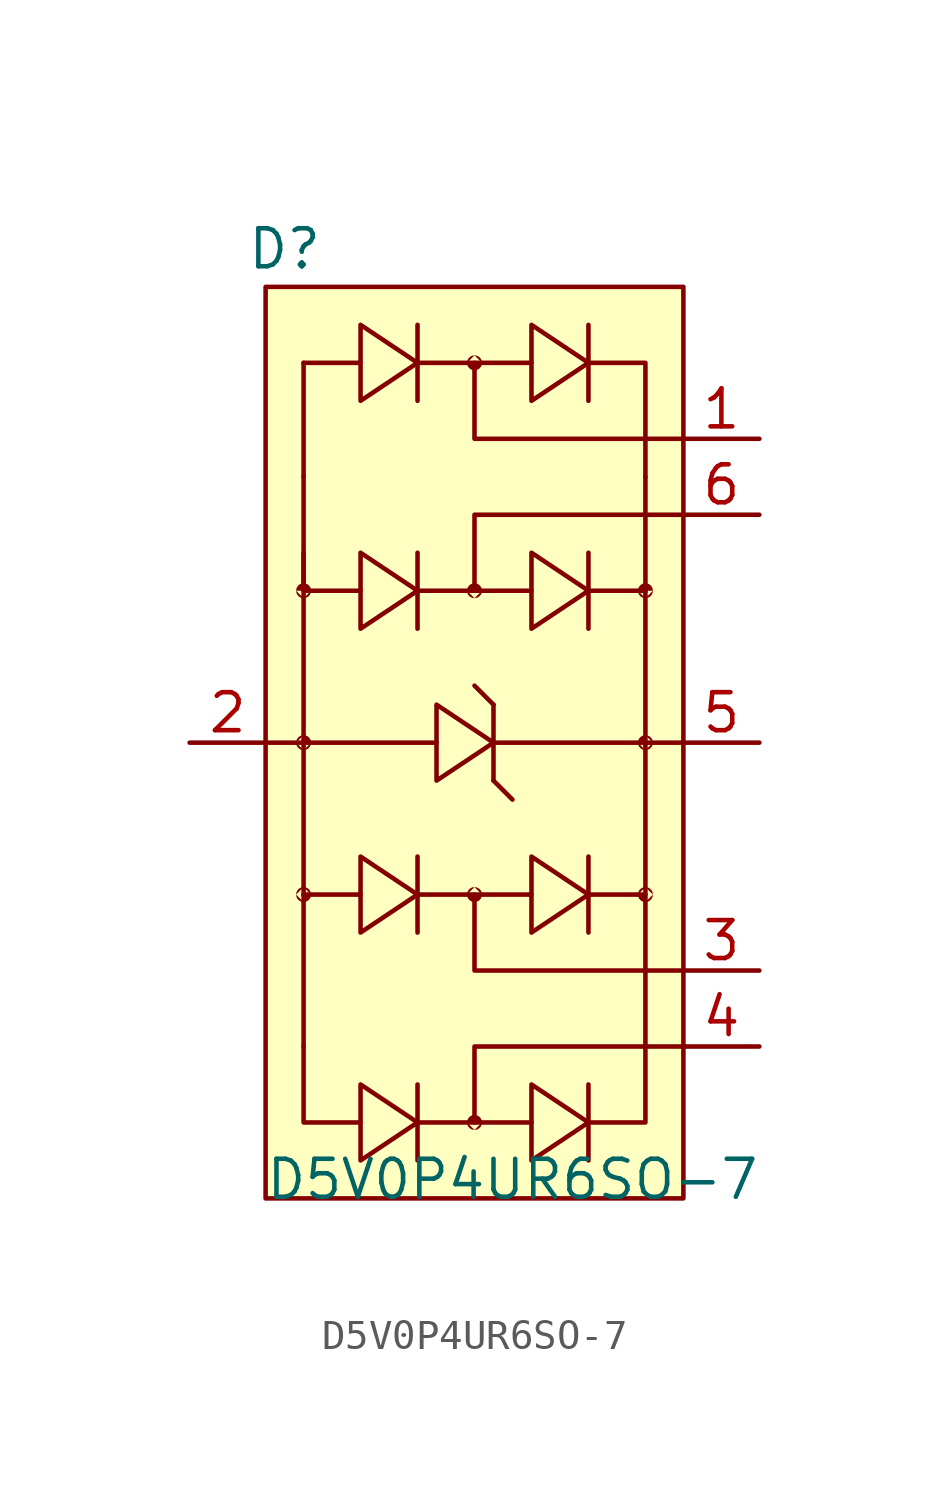
<source format=kicad_sym>
(kicad_symbol_lib
  (version 20220914)
  (generator kicad_symbol_editor)
  (symbol "D5V0P4UR6SO-7"
    (pin_names hide)
    (property "Reference" "D"
      (at 0.635 1.27 0)
      (effects (font (size 1.27 1.27))))
    (property "Value" "D5V0P4UR6SO-7"
      (at 8.255 -29.845 0)
      (effects (font (size 1.27 1.27))))
    (symbol "D5V0P4UR6SO-7_0_1"
      (polyline (pts (xy 1.27 -20.32) (xy 1.27 -25.4)) (stroke (width 0) (type default)) (fill (type none)))
      (polyline (pts (xy 1.27 -8.89) (xy 1.27 -20.32)) (stroke (width 0) (type default)) (fill (type none)))
      (polyline (pts (xy 1.27 -2.54) (xy 1.27 -6.35)) (stroke (width 0) (type default)) (fill (type none)))
      (polyline (pts (xy 3.175 -20.32) (xy 1.27 -20.32)) (stroke (width 0) (type default)) (fill (type none)))
      (polyline (pts (xy 3.175 -2.54) (xy 1.27 -2.54)) (stroke (width 0) (type default)) (fill (type none)))
      (polyline (pts (xy 5.08 -27.94) (xy 8.89 -27.94)) (stroke (width 0) (type default)) (fill (type none)))
      (polyline (pts (xy 5.08 -26.67) (xy 5.08 -29.21)) (stroke (width 0) (type default)) (fill (type none)))
      (polyline (pts (xy 5.08 -20.32) (xy 8.89 -20.32)) (stroke (width 0) (type default)) (fill (type none)))
      (polyline (pts (xy 5.08 -19.05) (xy 5.08 -21.59)) (stroke (width 0) (type default)) (fill (type none)))
      (polyline (pts (xy 5.08 -10.16) (xy 8.89 -10.16)) (stroke (width 0) (type default)) (fill (type none)))
      (polyline (pts (xy 5.08 -8.89) (xy 5.08 -11.43)) (stroke (width 0) (type default)) (fill (type none)))
      (polyline (pts (xy 5.08 -2.54) (xy 8.89 -2.54)) (stroke (width 0) (type default)) (fill (type none)))
      (polyline (pts (xy 5.08 -1.27) (xy 5.08 -3.81)) (stroke (width 0) (type default)) (fill (type none)))
      (polyline (pts (xy 5.715 -15.24) (xy 0 -15.24)) (stroke (width 0) (type default)) (fill (type none)))
      (polyline (pts (xy 7.62 -16.51) (xy 8.255 -17.145)) (stroke (width 0) (type default)) (fill (type none)))
      (polyline (pts (xy 7.62 -15.24) (xy 13.97 -15.24)) (stroke (width 0) (type default)) (fill (type none)))
      (polyline (pts (xy 7.62 -13.97) (xy 6.985 -13.335)) (stroke (width 0) (type default)) (fill (type none)))
      (polyline (pts (xy 7.62 -13.97) (xy 7.62 -16.51)) (stroke (width 0) (type default)) (fill (type none)))
      (polyline (pts (xy 10.795 -26.67) (xy 10.795 -29.21)) (stroke (width 0) (type default)) (fill (type none)))
      (polyline (pts (xy 10.795 -20.32) (xy 12.7 -20.32)) (stroke (width 0) (type default)) (fill (type none)))
      (polyline (pts (xy 10.795 -19.05) (xy 10.795 -21.59)) (stroke (width 0) (type default)) (fill (type none)))
      (polyline (pts (xy 10.795 -10.16) (xy 12.7 -10.16)) (stroke (width 0) (type default)) (fill (type none)))
      (polyline (pts (xy 10.795 -8.89) (xy 10.795 -11.43)) (stroke (width 0) (type default)) (fill (type none)))
      (polyline (pts (xy 10.795 -1.27) (xy 10.795 -3.81)) (stroke (width 0) (type default)) (fill (type none)))
      (polyline (pts (xy 1.27 -25.4) (xy 1.27 -27.94) (xy 3.175 -27.94)) (stroke (width 0) (type default)) (fill (type none)))
      (polyline (pts (xy 1.27 -6.35) (xy 1.27 -10.16) (xy 3.175 -10.16)) (stroke (width 0) (type default)) (fill (type none)))
      (polyline (pts (xy 6.985 -20.32) (xy 6.985 -22.86) (xy 13.97 -22.86)) (stroke (width 0) (type default)) (fill (type none)))
      (polyline (pts (xy 6.985 -10.16) (xy 6.985 -7.62) (xy 13.97 -7.62)) (stroke (width 0) (type default)) (fill (type none)))
      (polyline (pts (xy 6.985 -2.54) (xy 6.985 -5.08) (xy 13.97 -5.08)) (stroke (width 0) (type default)) (fill (type none)))
      (polyline (pts (xy 12.7 -6.35) (xy 12.7 -27.94) (xy 10.878 -27.94)) (stroke (width 0) (type default)) (fill (type none)))
      (polyline (pts (xy 13.97 -25.4) (xy 6.985 -25.4) (xy 6.985 -27.94)) (stroke (width 0) (type default)) (fill (type none)))
      (polyline (pts (xy 3.175 -26.67) (xy 3.175 -29.21) (xy 5.08 -27.94) (xy 3.175 -26.67)) (stroke (width 0) (type default)) (fill (type none)))
      (polyline (pts (xy 3.175 -19.05) (xy 3.175 -21.59) (xy 5.08 -20.32) (xy 3.175 -19.05)) (stroke (width 0) (type default)) (fill (type none)))
      (polyline (pts (xy 3.175 -8.89) (xy 3.175 -11.43) (xy 5.08 -10.16) (xy 3.175 -8.89)) (stroke (width 0) (type default)) (fill (type none)))
      (polyline (pts (xy 3.175 -1.27) (xy 3.175 -3.81) (xy 5.08 -2.54) (xy 3.175 -1.27)) (stroke (width 0) (type default)) (fill (type none)))
      (polyline (pts (xy 5.715 -13.97) (xy 5.715 -16.51) (xy 7.62 -15.24) (xy 5.715 -13.97)) (stroke (width 0) (type default)) (fill (type none)))
      (polyline (pts (xy 8.89 -26.67) (xy 8.89 -29.21) (xy 10.795 -27.94) (xy 8.89 -26.67)) (stroke (width 0) (type default)) (fill (type none)))
      (polyline (pts (xy 8.89 -19.05) (xy 8.89 -21.59) (xy 10.795 -20.32) (xy 8.89 -19.05)) (stroke (width 0) (type default)) (fill (type none)))
      (polyline (pts (xy 8.89 -8.89) (xy 8.89 -11.43) (xy 10.795 -10.16) (xy 8.89 -8.89)) (stroke (width 0) (type default)) (fill (type none)))
      (polyline (pts (xy 8.89 -1.27) (xy 8.89 -3.81) (xy 10.795 -2.54) (xy 8.89 -1.27)) (stroke (width 0) (type default)) (fill (type none)))
      (polyline (pts (xy 10.795 -2.54) (xy 12.7 -2.54) (xy 12.7 -6.35) (xy 12.7 -5.08)) (stroke (width 0) (type default)) (fill (type none))))
    (symbol "D5V0P4UR6SO-7_1_1"
      (rectangle (start 0 0) (end 13.97 -30.48) (stroke (width 0) (type default)) (fill (type background)))
      (circle (center 1.27 -20.32) (radius 0.0001) (stroke (width 0.5) (type solid)) (fill (type outline)))
      (circle (center 1.27 -15.24) (radius 0.0001) (stroke (width 0.5) (type solid)) (fill (type outline)))
      (circle (center 1.27 -10.16) (radius 0.0001) (stroke (width 0.5) (type solid)) (fill (type outline)))
      (circle (center 6.985 -27.94) (radius 0.0001) (stroke (width 0.5) (type solid)) (fill (type outline)))
      (circle (center 6.985 -20.32) (radius 0.0001) (stroke (width 0.5) (type solid)) (fill (type outline)))
      (circle (center 6.985 -10.16) (radius 0.0001) (stroke (width 0.5) (type solid)) (fill (type outline)))
      (circle (center 6.985 -2.54) (radius 0.0001) (stroke (width 0.5) (type solid)) (fill (type outline)))
      (circle (center 12.7 -20.32) (radius 0.0001) (stroke (width 0.5) (type solid)) (fill (type outline)))
      (circle (center 12.7 -15.24) (radius 0.0001) (stroke (width 0.5) (type solid)) (fill (type outline)))
      (circle (center 12.7 -10.16) (radius 0.0001) (stroke (width 0.5) (type solid)) (fill (type outline)))
      (pin passive line (at 16.51 -5.08 180) (length 2.54) (name "I/O_1" (effects (font (size 1.27 1.27)))) (number "1" (effects (font (size 1.27 1.27)))))
      (pin power_in line (at -2.54 -15.24 0) (length 2.54) (name "VSS" (effects (font (size 1.27 1.27)))) (number "2" (effects (font (size 1.27 1.27)))))
      (pin passive line (at 16.51 -22.86 180) (length 2.54) (name "I/O_2" (effects (font (size 1.27 1.27)))) (number "3" (effects (font (size 1.27 1.27)))))
      (pin passive line (at 16.51 -25.4 180) (length 2.54) (name "I/O_3" (effects (font (size 1.27 1.27)))) (number "4" (effects (font (size 1.27 1.27)))))
      (pin power_in line (at 16.51 -15.24 180) (length 2.54) (name "VCC" (effects (font (size 1.27 1.27)))) (number "5" (effects (font (size 1.27 1.27)))))
      (pin passive line (at 16.51 -7.62 180) (length 2.54) (name "I/O_4" (effects (font (size 1.27 1.27)))) (number "6" (effects (font (size 1.27 1.27))))))))
</source>
